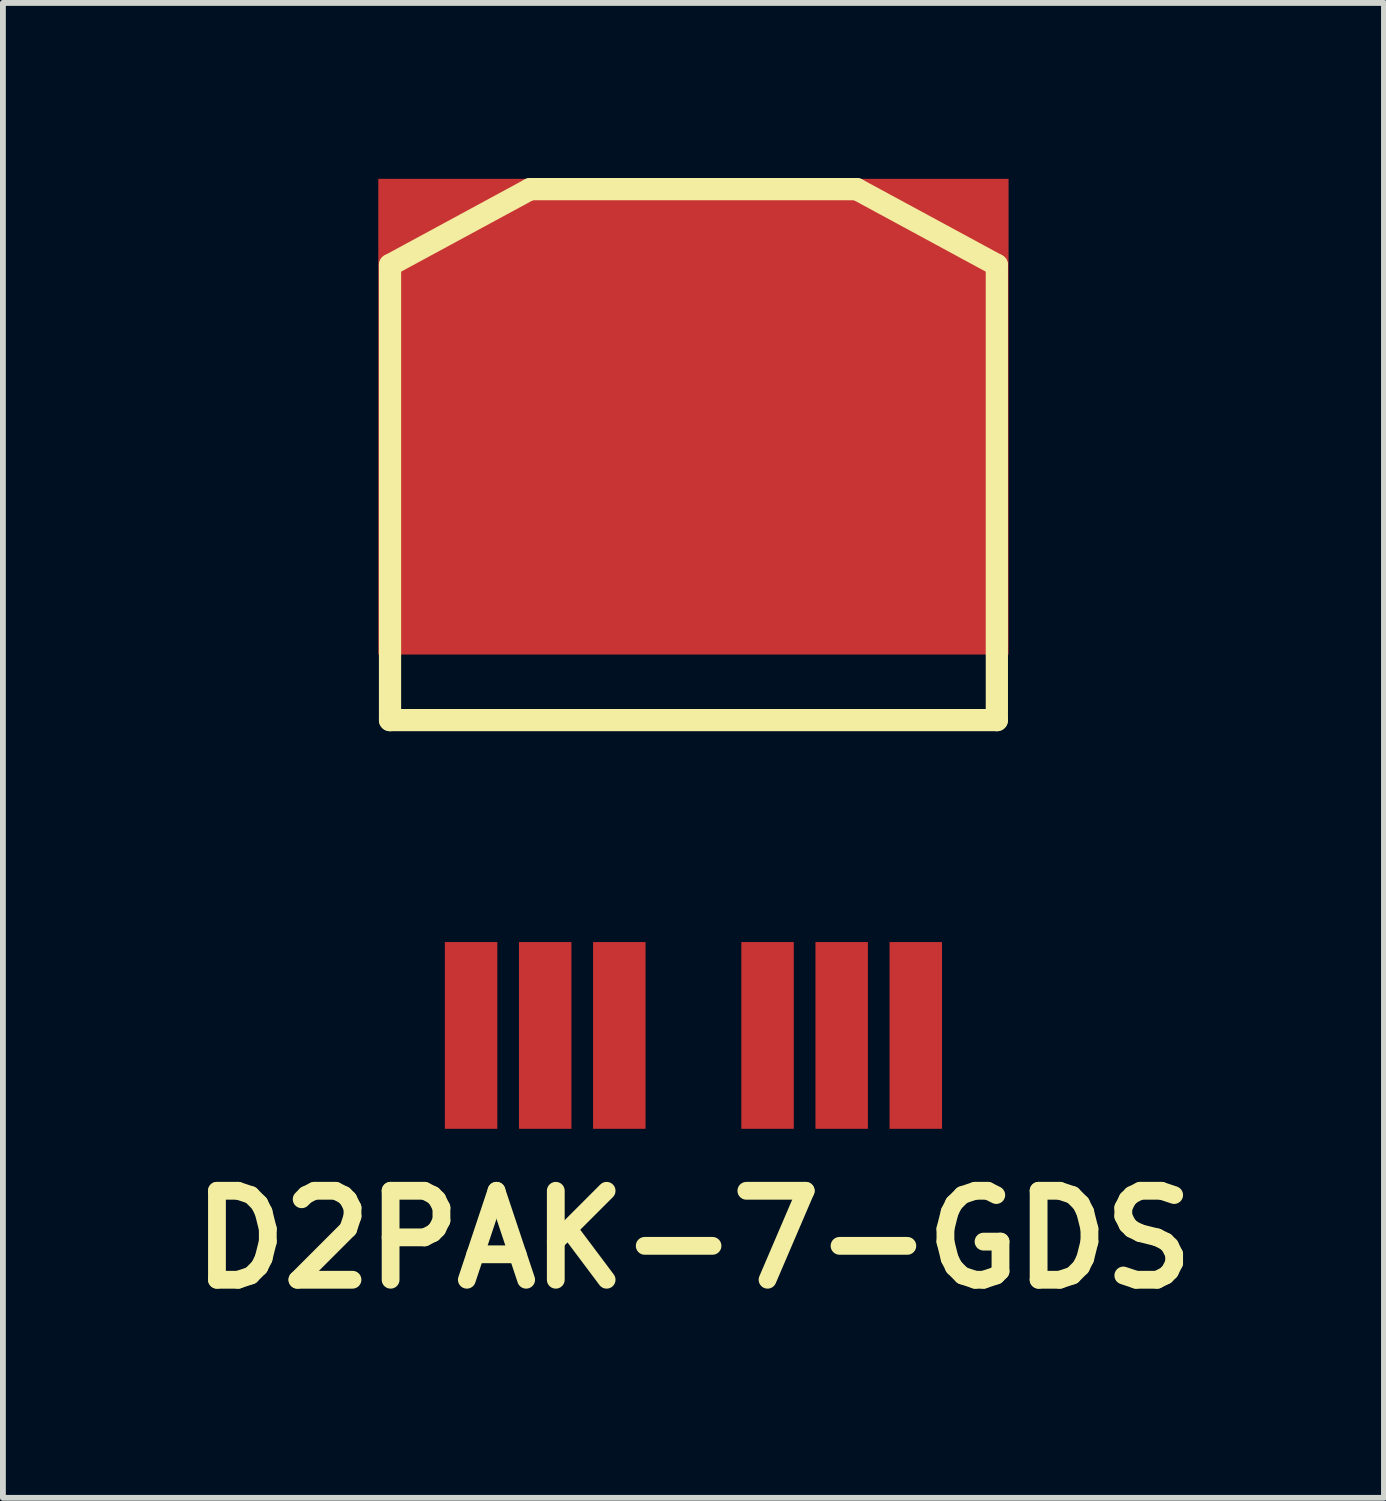
<source format=kicad_pcb>
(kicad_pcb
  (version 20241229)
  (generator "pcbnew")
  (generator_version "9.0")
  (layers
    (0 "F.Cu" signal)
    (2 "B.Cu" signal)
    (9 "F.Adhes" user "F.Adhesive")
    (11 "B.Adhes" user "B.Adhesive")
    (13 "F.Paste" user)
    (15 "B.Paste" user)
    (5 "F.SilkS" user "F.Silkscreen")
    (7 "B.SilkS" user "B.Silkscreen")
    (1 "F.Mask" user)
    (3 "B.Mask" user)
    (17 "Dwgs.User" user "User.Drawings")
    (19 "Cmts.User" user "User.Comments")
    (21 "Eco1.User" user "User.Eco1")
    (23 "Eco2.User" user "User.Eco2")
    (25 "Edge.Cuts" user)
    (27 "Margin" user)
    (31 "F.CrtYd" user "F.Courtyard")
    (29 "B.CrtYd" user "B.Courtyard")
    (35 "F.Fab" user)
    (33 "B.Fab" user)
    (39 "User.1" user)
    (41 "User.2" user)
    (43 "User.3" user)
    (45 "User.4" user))
  (footprint "D2PAK-7-GDS"
    (layer "F.Cu")
    (at 8.832 9.99)
    (property "Reference" "D2PAK-7-GDS" (at 0 8.199 0) (layer "F.SilkS") (effects (font (size 1.524 1.524) (thickness 0.305))))
    (attr through_hole)
    (fp_line (start -5.199 -8.499) (end -2.799 -9.799) (stroke (width 0.381) (type solid)) (layer "F.SilkS"))
    (fp_line (start -5.199 -0.701) (end -5.199 -8.499) (stroke (width 0.381) (type solid)) (layer "F.SilkS"))
    (fp_line (start -2.799 -9.799) (end 2.799 -9.799) (stroke (width 0.381) (type solid)) (layer "F.SilkS"))
    (fp_line (start 2.799 -9.799) (end 5.199 -8.499) (stroke (width 0.381) (type solid)) (layer "F.SilkS"))
    (fp_line (start 5.199 -8.499) (end 5.199 -0.701) (stroke (width 0.381) (type solid)) (layer "F.SilkS"))
    (fp_line (start 5.199 -0.701) (end -5.199 -0.701) (stroke (width 0.381) (type solid)) (layer "F.SilkS"))
    (pad "D" smd rect (at 0 -5.9) (size 10.8 8.151) (layers "F.Cu" "F.Mask" "F.Paste"))
    (pad "G" smd rect (at -3.81 4.702) (size 0.899 3.2) (layers "F.Cu" "F.Mask" "F.Paste"))
    (pad "S" smd rect (at -2.54 4.702) (size 0.899 3.2) (layers "F.Cu" "F.Mask" "F.Paste"))
    (pad "S" smd rect (at -1.27 4.702) (size 0.899 3.2) (layers "F.Cu" "F.Mask" "F.Paste"))
    (pad "S" smd rect (at 1.27 4.702) (size 0.899 3.2) (layers "F.Cu" "F.Mask" "F.Paste"))
    (pad "S" smd rect (at 2.54 4.702) (size 0.899 3.2) (layers "F.Cu" "F.Mask" "F.Paste"))
    (pad "S" smd rect (at 3.81 4.702) (size 0.899 3.2) (layers "F.Cu" "F.Mask" "F.Paste")))
  (gr_rect
    (start -3 -3)
    (end 20.664 22.615)
    (stroke (width 0.1) (type default))
    (fill no)
    (layer "Edge.Cuts")))
</source>
